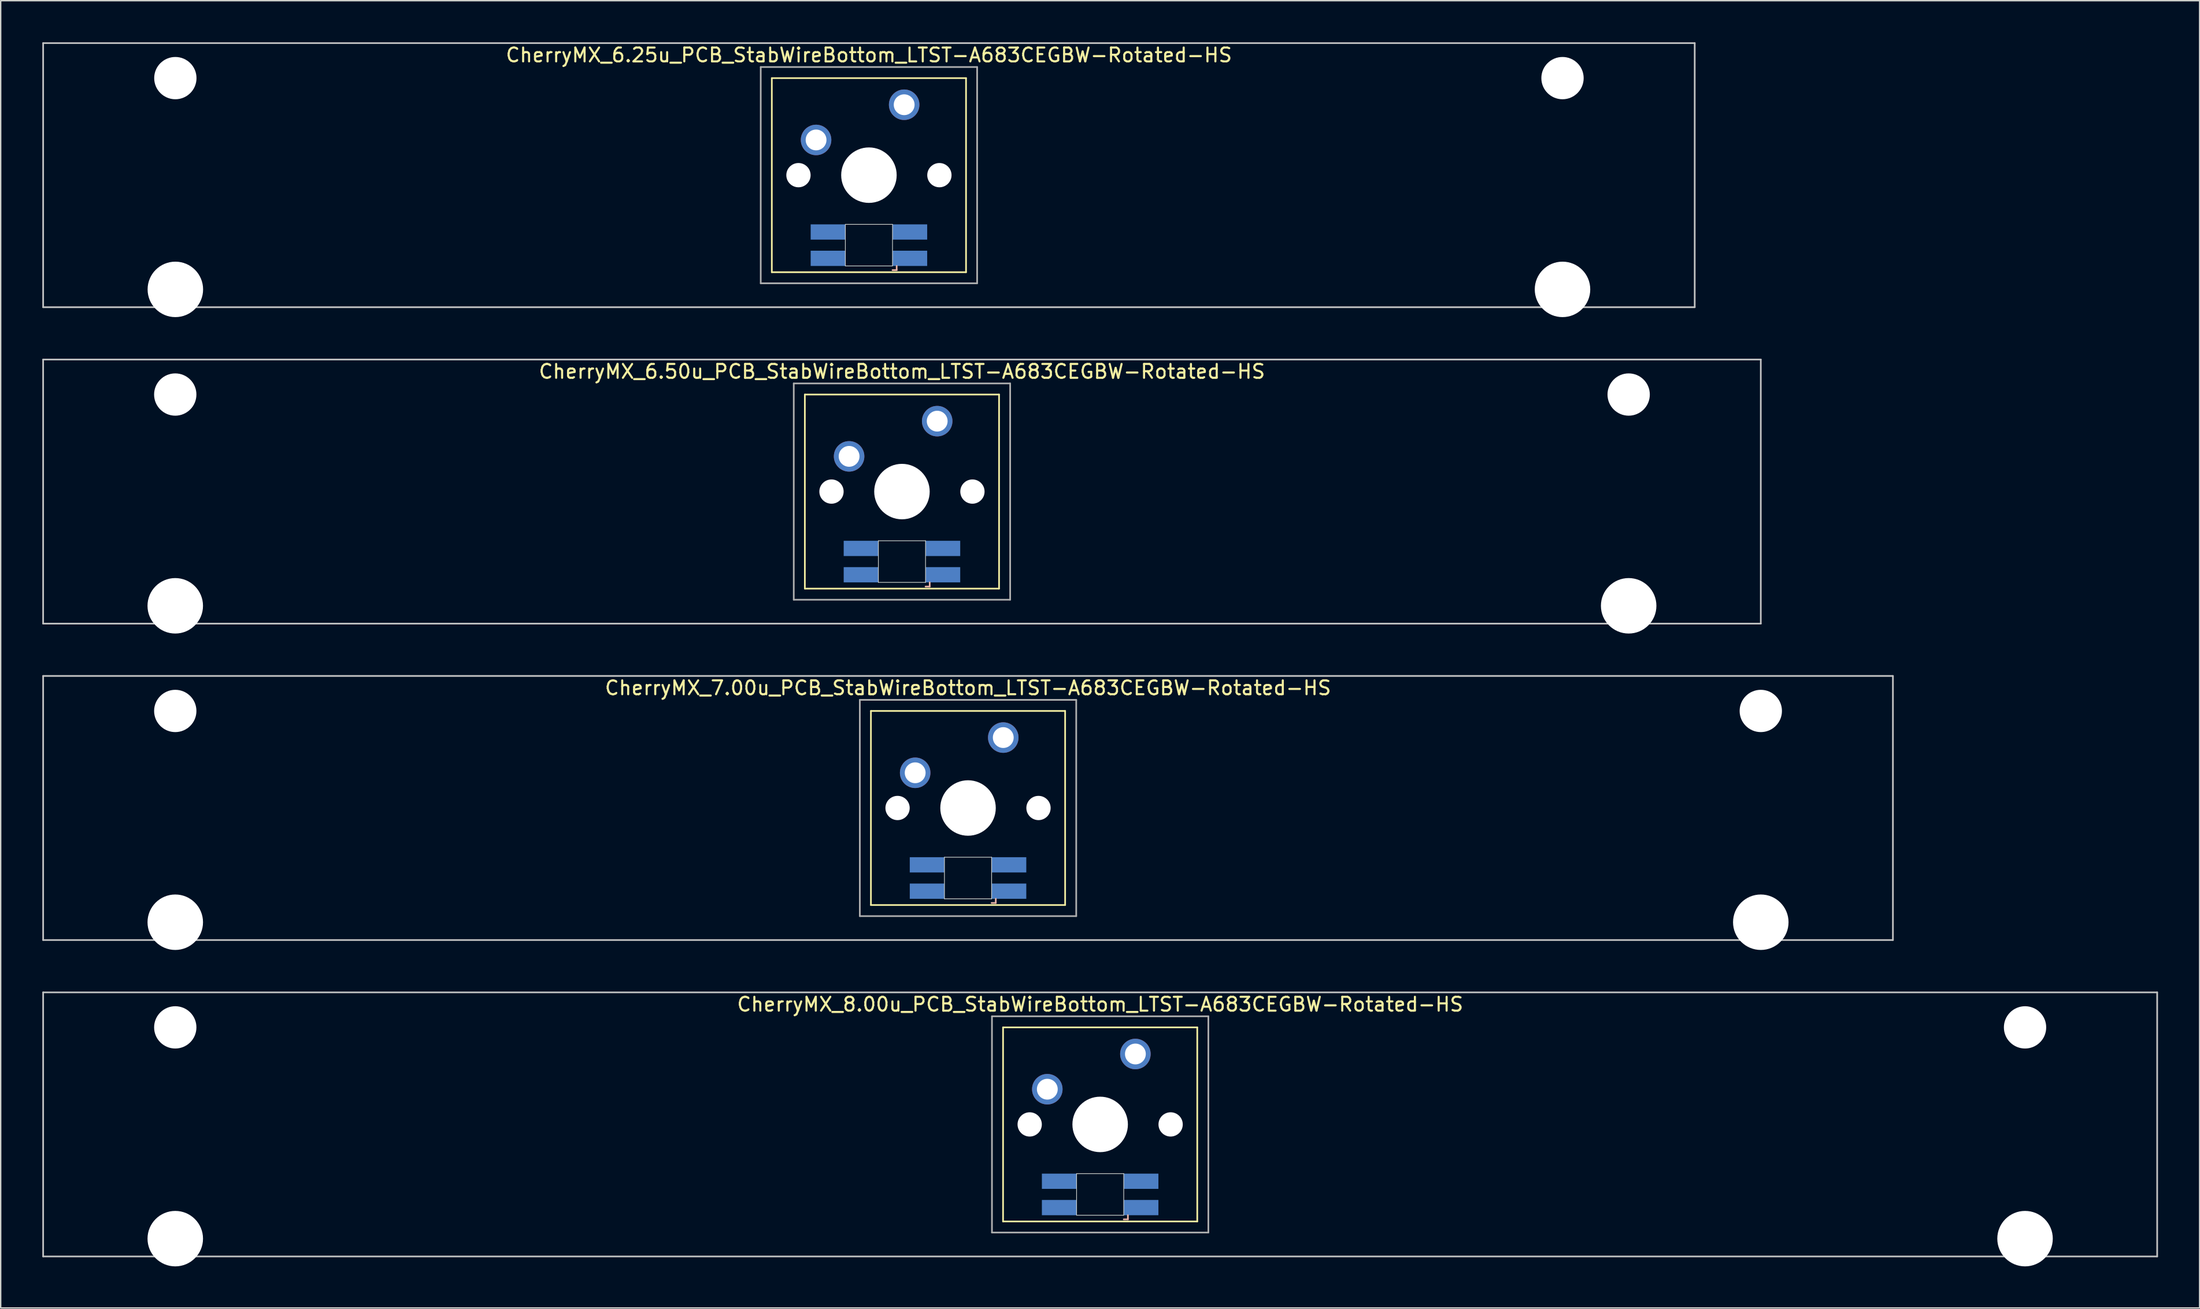
<source format=kicad_pcb>
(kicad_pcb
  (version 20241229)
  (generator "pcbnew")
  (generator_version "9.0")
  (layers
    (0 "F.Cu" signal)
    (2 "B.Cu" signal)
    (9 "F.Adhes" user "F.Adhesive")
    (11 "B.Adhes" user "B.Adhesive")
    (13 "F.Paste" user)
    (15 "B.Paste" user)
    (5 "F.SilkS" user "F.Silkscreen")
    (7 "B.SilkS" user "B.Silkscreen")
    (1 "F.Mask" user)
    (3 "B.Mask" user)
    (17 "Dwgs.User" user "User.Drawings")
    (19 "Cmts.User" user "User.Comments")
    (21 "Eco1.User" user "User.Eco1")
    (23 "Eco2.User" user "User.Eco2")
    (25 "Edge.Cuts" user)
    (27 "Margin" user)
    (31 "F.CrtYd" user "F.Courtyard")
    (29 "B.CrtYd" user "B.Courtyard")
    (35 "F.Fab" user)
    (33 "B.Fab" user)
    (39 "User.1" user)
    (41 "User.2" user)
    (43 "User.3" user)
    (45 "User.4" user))
  (footprint "CherryMX_7.00u_PCB_StabWireBottom_LTST-A683CEGBW-Rotated-HS"
    (layer "F.Cu")
    (at 66.735 55.235)
    (property "Reference" "CherryMX_7.00u_PCB_StabWireBottom_LTST-A683CEGBW-Rotated-HS" (at 0 -8.662 0) (layer "F.SilkS") (effects (font (size 1 1) (thickness 0.15))))
    (attr through_hole)
    (fp_line (start -7 -7) (end -7 7) (stroke (width 0.12) (type solid)) (layer "F.SilkS"))
    (fp_line (start -7 -7) (end 7 -7) (stroke (width 0.12) (type solid)) (layer "F.SilkS"))
    (fp_line (start 7 -7) (end 7 7) (stroke (width 0.12) (type solid)) (layer "F.SilkS"))
    (fp_line (start 7 7) (end -7 7) (stroke (width 0.12) (type solid)) (layer "F.SilkS"))
    (fp_line (start 1.7 6.85) (end 2 6.85) (stroke (width 0.12) (type solid)) (layer "B.SilkS"))
    (fp_line (start 2 6.85) (end 2 6.55) (stroke (width 0.12) (type solid)) (layer "B.SilkS"))
    (fp_line (start -66.675 -9.525) (end 66.675 -9.525) (stroke (width 0.12) (type solid)) (layer "Dwgs.User"))
    (fp_line (start -66.675 9.525) (end -66.675 -9.525) (stroke (width 0.12) (type solid)) (layer "Dwgs.User"))
    (fp_line (start 66.675 -9.525) (end 66.675 9.525) (stroke (width 0.12) (type solid)) (layer "Dwgs.User"))
    (fp_line (start 66.675 9.525) (end -66.675 9.525) (stroke (width 0.12) (type solid)) (layer "Dwgs.User"))
    (fp_line (start -1.7 3.55) (end 1.7 3.55) (stroke (width 0.05) (type solid)) (layer "Edge.Cuts"))
    (fp_line (start -1.7 6.55) (end -1.7 3.55) (stroke (width 0.05) (type solid)) (layer "Edge.Cuts"))
    (fp_line (start 1.7 3.55) (end 1.7 6.55) (stroke (width 0.05) (type solid)) (layer "Edge.Cuts"))
    (fp_line (start 1.7 6.55) (end -1.7 6.55) (stroke (width 0.05) (type solid)) (layer "Edge.Cuts"))
    (fp_line (start -7.8 -7.8) (end -7.8 7.8) (stroke (width 0.12) (type solid)) (layer "F.Fab"))
    (fp_line (start -7.8 -7.8) (end 7.8 -7.8) (stroke (width 0.12) (type solid)) (layer "F.Fab"))
    (fp_line (start -7.8 7.8) (end 7.8 7.8) (stroke (width 0.12) (type solid)) (layer "F.Fab"))
    (fp_line (start 7.8 -7.8) (end 7.8 7.8) (stroke (width 0.12) (type solid)) (layer "F.Fab"))
    (pad "" np_thru_hole circle (at -57.15 -7) (size 3.05 3.05) (drill 3.05) (layers "*.Cu" "*.Mask"))
    (pad "" np_thru_hole circle (at -57.15 8.24) (size 4 4) (drill 4) (layers "*.Cu" "*.Mask"))
    (pad "" np_thru_hole circle (at -5.08 0) (size 1.75 1.75) (drill 1.75) (layers "*.Cu" "*.Mask"))
    (pad "" np_thru_hole circle (at 0 0) (size 4 4) (drill 4) (layers "*.Cu" "*.Mask"))
    (pad "" np_thru_hole circle (at 5.08 0) (size 1.75 1.75) (drill 1.75) (layers "*.Cu" "*.Mask"))
    (pad "" np_thru_hole circle (at 57.15 -7) (size 3.05 3.05) (drill 3.05) (layers "*.Cu" "*.Mask"))
    (pad "" np_thru_hole circle (at 57.15 8.24) (size 4 4) (drill 4) (layers "*.Cu" "*.Mask"))
    (pad "1" thru_hole circle (at -3.81 -2.54) (size 2.2 2.2) (drill 1.5) (layers "*.Cu" "*.Mask"))
    (pad "2" thru_hole circle (at 2.54 -5.08) (size 2.2 2.2) (drill 1.5) (layers "*.Cu" "*.Mask"))
    (pad "3" smd rect (at 2.95 6) (size 2.5 1.1) (layers "B.Cu" "B.Mask" "B.Paste"))
    (pad "4" smd rect (at 2.95 4.1) (size 2.5 1.1) (layers "B.Cu" "B.Mask" "B.Paste"))
    (pad "5" smd rect (at -2.95 6) (size 2.5 1.1) (layers "B.Cu" "B.Mask" "B.Paste"))
    (pad "6" smd rect (at -2.95 4.1) (size 2.5 1.1) (layers "B.Cu" "B.Mask" "B.Paste")))
  (footprint "CherryMX_8.00u_PCB_StabWireBottom_LTST-A683CEGBW-Rotated-HS"
    (layer "F.Cu")
    (at 76.26 78.06)
    (property "Reference" "CherryMX_8.00u_PCB_StabWireBottom_LTST-A683CEGBW-Rotated-HS" (at 0 -8.662 0) (layer "F.SilkS") (effects (font (size 1 1) (thickness 0.15))))
    (attr through_hole)
    (fp_line (start -7 -7) (end -7 7) (stroke (width 0.12) (type solid)) (layer "F.SilkS"))
    (fp_line (start -7 -7) (end 7 -7) (stroke (width 0.12) (type solid)) (layer "F.SilkS"))
    (fp_line (start 7 -7) (end 7 7) (stroke (width 0.12) (type solid)) (layer "F.SilkS"))
    (fp_line (start 7 7) (end -7 7) (stroke (width 0.12) (type solid)) (layer "F.SilkS"))
    (fp_line (start 1.7 6.85) (end 2 6.85) (stroke (width 0.12) (type solid)) (layer "B.SilkS"))
    (fp_line (start 2 6.85) (end 2 6.55) (stroke (width 0.12) (type solid)) (layer "B.SilkS"))
    (fp_line (start -76.2 -9.525) (end 76.2 -9.525) (stroke (width 0.12) (type solid)) (layer "Dwgs.User"))
    (fp_line (start -76.2 9.525) (end -76.2 -9.525) (stroke (width 0.12) (type solid)) (layer "Dwgs.User"))
    (fp_line (start 76.2 -9.525) (end 76.2 9.525) (stroke (width 0.12) (type solid)) (layer "Dwgs.User"))
    (fp_line (start 76.2 9.525) (end -76.2 9.525) (stroke (width 0.12) (type solid)) (layer "Dwgs.User"))
    (fp_line (start -1.7 3.55) (end 1.7 3.55) (stroke (width 0.05) (type solid)) (layer "Edge.Cuts"))
    (fp_line (start -1.7 6.55) (end -1.7 3.55) (stroke (width 0.05) (type solid)) (layer "Edge.Cuts"))
    (fp_line (start 1.7 3.55) (end 1.7 6.55) (stroke (width 0.05) (type solid)) (layer "Edge.Cuts"))
    (fp_line (start 1.7 6.55) (end -1.7 6.55) (stroke (width 0.05) (type solid)) (layer "Edge.Cuts"))
    (fp_line (start -7.8 -7.8) (end -7.8 7.8) (stroke (width 0.12) (type solid)) (layer "F.Fab"))
    (fp_line (start -7.8 -7.8) (end 7.8 -7.8) (stroke (width 0.12) (type solid)) (layer "F.Fab"))
    (fp_line (start -7.8 7.8) (end 7.8 7.8) (stroke (width 0.12) (type solid)) (layer "F.Fab"))
    (fp_line (start 7.8 -7.8) (end 7.8 7.8) (stroke (width 0.12) (type solid)) (layer "F.Fab"))
    (pad "" np_thru_hole circle (at -66.675 -7) (size 3.05 3.05) (drill 3.05) (layers "*.Cu" "*.Mask"))
    (pad "" np_thru_hole circle (at -66.675 8.24) (size 4 4) (drill 4) (layers "*.Cu" "*.Mask"))
    (pad "" np_thru_hole circle (at -5.08 0) (size 1.75 1.75) (drill 1.75) (layers "*.Cu" "*.Mask"))
    (pad "" np_thru_hole circle (at 0 0) (size 4 4) (drill 4) (layers "*.Cu" "*.Mask"))
    (pad "" np_thru_hole circle (at 5.08 0) (size 1.75 1.75) (drill 1.75) (layers "*.Cu" "*.Mask"))
    (pad "" np_thru_hole circle (at 66.675 -7) (size 3.05 3.05) (drill 3.05) (layers "*.Cu" "*.Mask"))
    (pad "" np_thru_hole circle (at 66.675 8.24) (size 4 4) (drill 4) (layers "*.Cu" "*.Mask"))
    (pad "1" thru_hole circle (at -3.81 -2.54) (size 2.2 2.2) (drill 1.5) (layers "*.Cu" "*.Mask"))
    (pad "2" thru_hole circle (at 2.54 -5.08) (size 2.2 2.2) (drill 1.5) (layers "*.Cu" "*.Mask"))
    (pad "3" smd rect (at 2.95 6) (size 2.5 1.1) (layers "B.Cu" "B.Mask" "B.Paste"))
    (pad "4" smd rect (at 2.95 4.1) (size 2.5 1.1) (layers "B.Cu" "B.Mask" "B.Paste"))
    (pad "5" smd rect (at -2.95 6) (size 2.5 1.1) (layers "B.Cu" "B.Mask" "B.Paste"))
    (pad "6" smd rect (at -2.95 4.1) (size 2.5 1.1) (layers "B.Cu" "B.Mask" "B.Paste")))
  (footprint "CherryMX_6.50u_PCB_StabWireBottom_LTST-A683CEGBW-Rotated-HS"
    (layer "F.Cu")
    (at 61.972 32.41)
    (property "Reference" "CherryMX_6.50u_PCB_StabWireBottom_LTST-A683CEGBW-Rotated-HS" (at 0 -8.662 0) (layer "F.SilkS") (effects (font (size 1 1) (thickness 0.15))))
    (attr through_hole)
    (fp_line (start -7 -7) (end -7 7) (stroke (width 0.12) (type solid)) (layer "F.SilkS"))
    (fp_line (start -7 -7) (end 7 -7) (stroke (width 0.12) (type solid)) (layer "F.SilkS"))
    (fp_line (start 7 -7) (end 7 7) (stroke (width 0.12) (type solid)) (layer "F.SilkS"))
    (fp_line (start 7 7) (end -7 7) (stroke (width 0.12) (type solid)) (layer "F.SilkS"))
    (fp_line (start 1.7 6.85) (end 2 6.85) (stroke (width 0.12) (type solid)) (layer "B.SilkS"))
    (fp_line (start 2 6.85) (end 2 6.55) (stroke (width 0.12) (type solid)) (layer "B.SilkS"))
    (fp_line (start -61.913 -9.525) (end 61.913 -9.525) (stroke (width 0.12) (type solid)) (layer "Dwgs.User"))
    (fp_line (start -61.913 9.525) (end -61.913 -9.525) (stroke (width 0.12) (type solid)) (layer "Dwgs.User"))
    (fp_line (start 61.913 -9.525) (end 61.913 9.525) (stroke (width 0.12) (type solid)) (layer "Dwgs.User"))
    (fp_line (start 61.913 9.525) (end -61.913 9.525) (stroke (width 0.12) (type solid)) (layer "Dwgs.User"))
    (fp_line (start -1.7 3.55) (end 1.7 3.55) (stroke (width 0.05) (type solid)) (layer "Edge.Cuts"))
    (fp_line (start -1.7 6.55) (end -1.7 3.55) (stroke (width 0.05) (type solid)) (layer "Edge.Cuts"))
    (fp_line (start 1.7 3.55) (end 1.7 6.55) (stroke (width 0.05) (type solid)) (layer "Edge.Cuts"))
    (fp_line (start 1.7 6.55) (end -1.7 6.55) (stroke (width 0.05) (type solid)) (layer "Edge.Cuts"))
    (fp_line (start -7.8 -7.8) (end -7.8 7.8) (stroke (width 0.12) (type solid)) (layer "F.Fab"))
    (fp_line (start -7.8 -7.8) (end 7.8 -7.8) (stroke (width 0.12) (type solid)) (layer "F.Fab"))
    (fp_line (start -7.8 7.8) (end 7.8 7.8) (stroke (width 0.12) (type solid)) (layer "F.Fab"))
    (fp_line (start 7.8 -7.8) (end 7.8 7.8) (stroke (width 0.12) (type solid)) (layer "F.Fab"))
    (pad "" np_thru_hole circle (at -52.388 -7) (size 3.05 3.05) (drill 3.05) (layers "*.Cu" "*.Mask"))
    (pad "" np_thru_hole circle (at -52.388 8.24) (size 4 4) (drill 4) (layers "*.Cu" "*.Mask"))
    (pad "" np_thru_hole circle (at -5.08 0) (size 1.75 1.75) (drill 1.75) (layers "*.Cu" "*.Mask"))
    (pad "" np_thru_hole circle (at 0 0) (size 4 4) (drill 4) (layers "*.Cu" "*.Mask"))
    (pad "" np_thru_hole circle (at 5.08 0) (size 1.75 1.75) (drill 1.75) (layers "*.Cu" "*.Mask"))
    (pad "" np_thru_hole circle (at 52.388 -7) (size 3.05 3.05) (drill 3.05) (layers "*.Cu" "*.Mask"))
    (pad "" np_thru_hole circle (at 52.388 8.24) (size 4 4) (drill 4) (layers "*.Cu" "*.Mask"))
    (pad "1" thru_hole circle (at -3.81 -2.54) (size 2.2 2.2) (drill 1.5) (layers "*.Cu" "*.Mask"))
    (pad "2" thru_hole circle (at 2.54 -5.08) (size 2.2 2.2) (drill 1.5) (layers "*.Cu" "*.Mask"))
    (pad "3" smd rect (at 2.95 6) (size 2.5 1.1) (layers "B.Cu" "B.Mask" "B.Paste"))
    (pad "4" smd rect (at 2.95 4.1) (size 2.5 1.1) (layers "B.Cu" "B.Mask" "B.Paste"))
    (pad "5" smd rect (at -2.95 6) (size 2.5 1.1) (layers "B.Cu" "B.Mask" "B.Paste"))
    (pad "6" smd rect (at -2.95 4.1) (size 2.5 1.1) (layers "B.Cu" "B.Mask" "B.Paste")))
  (footprint "CherryMX_6.25u_PCB_StabWireBottom_LTST-A683CEGBW-Rotated-HS"
    (layer "F.Cu")
    (at 59.591 9.585)
    (property "Reference" "CherryMX_6.25u_PCB_StabWireBottom_LTST-A683CEGBW-Rotated-HS" (at 0 -8.662 0) (layer "F.SilkS") (effects (font (size 1 1) (thickness 0.15))))
    (attr through_hole)
    (fp_line (start -7 -7) (end -7 7) (stroke (width 0.12) (type solid)) (layer "F.SilkS"))
    (fp_line (start -7 -7) (end 7 -7) (stroke (width 0.12) (type solid)) (layer "F.SilkS"))
    (fp_line (start 7 -7) (end 7 7) (stroke (width 0.12) (type solid)) (layer "F.SilkS"))
    (fp_line (start 7 7) (end -7 7) (stroke (width 0.12) (type solid)) (layer "F.SilkS"))
    (fp_line (start 1.7 6.85) (end 2 6.85) (stroke (width 0.12) (type solid)) (layer "B.SilkS"))
    (fp_line (start 2 6.85) (end 2 6.55) (stroke (width 0.12) (type solid)) (layer "B.SilkS"))
    (fp_line (start -59.531 -9.525) (end 59.531 -9.525) (stroke (width 0.12) (type solid)) (layer "Dwgs.User"))
    (fp_line (start -59.531 9.525) (end -59.531 -9.525) (stroke (width 0.12) (type solid)) (layer "Dwgs.User"))
    (fp_line (start 59.531 -9.525) (end 59.531 9.525) (stroke (width 0.12) (type solid)) (layer "Dwgs.User"))
    (fp_line (start 59.531 9.525) (end -59.531 9.525) (stroke (width 0.12) (type solid)) (layer "Dwgs.User"))
    (fp_line (start -1.7 3.55) (end 1.7 3.55) (stroke (width 0.05) (type solid)) (layer "Edge.Cuts"))
    (fp_line (start -1.7 6.55) (end -1.7 3.55) (stroke (width 0.05) (type solid)) (layer "Edge.Cuts"))
    (fp_line (start 1.7 3.55) (end 1.7 6.55) (stroke (width 0.05) (type solid)) (layer "Edge.Cuts"))
    (fp_line (start 1.7 6.55) (end -1.7 6.55) (stroke (width 0.05) (type solid)) (layer "Edge.Cuts"))
    (fp_line (start -7.8 -7.8) (end -7.8 7.8) (stroke (width 0.12) (type solid)) (layer "F.Fab"))
    (fp_line (start -7.8 -7.8) (end 7.8 -7.8) (stroke (width 0.12) (type solid)) (layer "F.Fab"))
    (fp_line (start -7.8 7.8) (end 7.8 7.8) (stroke (width 0.12) (type solid)) (layer "F.Fab"))
    (fp_line (start 7.8 -7.8) (end 7.8 7.8) (stroke (width 0.12) (type solid)) (layer "F.Fab"))
    (pad "" np_thru_hole circle (at -50 -7) (size 3.05 3.05) (drill 3.05) (layers "*.Cu" "*.Mask"))
    (pad "" np_thru_hole circle (at -50 8.24) (size 4 4) (drill 4) (layers "*.Cu" "*.Mask"))
    (pad "" np_thru_hole circle (at -5.08 0) (size 1.75 1.75) (drill 1.75) (layers "*.Cu" "*.Mask"))
    (pad "" np_thru_hole circle (at 0 0) (size 4 4) (drill 4) (layers "*.Cu" "*.Mask"))
    (pad "" np_thru_hole circle (at 5.08 0) (size 1.75 1.75) (drill 1.75) (layers "*.Cu" "*.Mask"))
    (pad "" np_thru_hole circle (at 50 -7) (size 3.05 3.05) (drill 3.05) (layers "*.Cu" "*.Mask"))
    (pad "" np_thru_hole circle (at 50 8.24) (size 4 4) (drill 4) (layers "*.Cu" "*.Mask"))
    (pad "1" thru_hole circle (at -3.81 -2.54) (size 2.2 2.2) (drill 1.5) (layers "*.Cu" "*.Mask"))
    (pad "2" thru_hole circle (at 2.54 -5.08) (size 2.2 2.2) (drill 1.5) (layers "*.Cu" "*.Mask"))
    (pad "3" smd rect (at 2.95 6) (size 2.5 1.1) (layers "B.Cu" "B.Mask" "B.Paste"))
    (pad "4" smd rect (at 2.95 4.1) (size 2.5 1.1) (layers "B.Cu" "B.Mask" "B.Paste"))
    (pad "5" smd rect (at -2.95 6) (size 2.5 1.1) (layers "B.Cu" "B.Mask" "B.Paste"))
    (pad "6" smd rect (at -2.95 4.1) (size 2.5 1.1) (layers "B.Cu" "B.Mask" "B.Paste")))
  (gr_rect
    (start -3 -3)
    (end 155.52 91.3)
    (stroke (width 0.1) (type default))
    (fill no)
    (layer "Edge.Cuts")))
</source>
